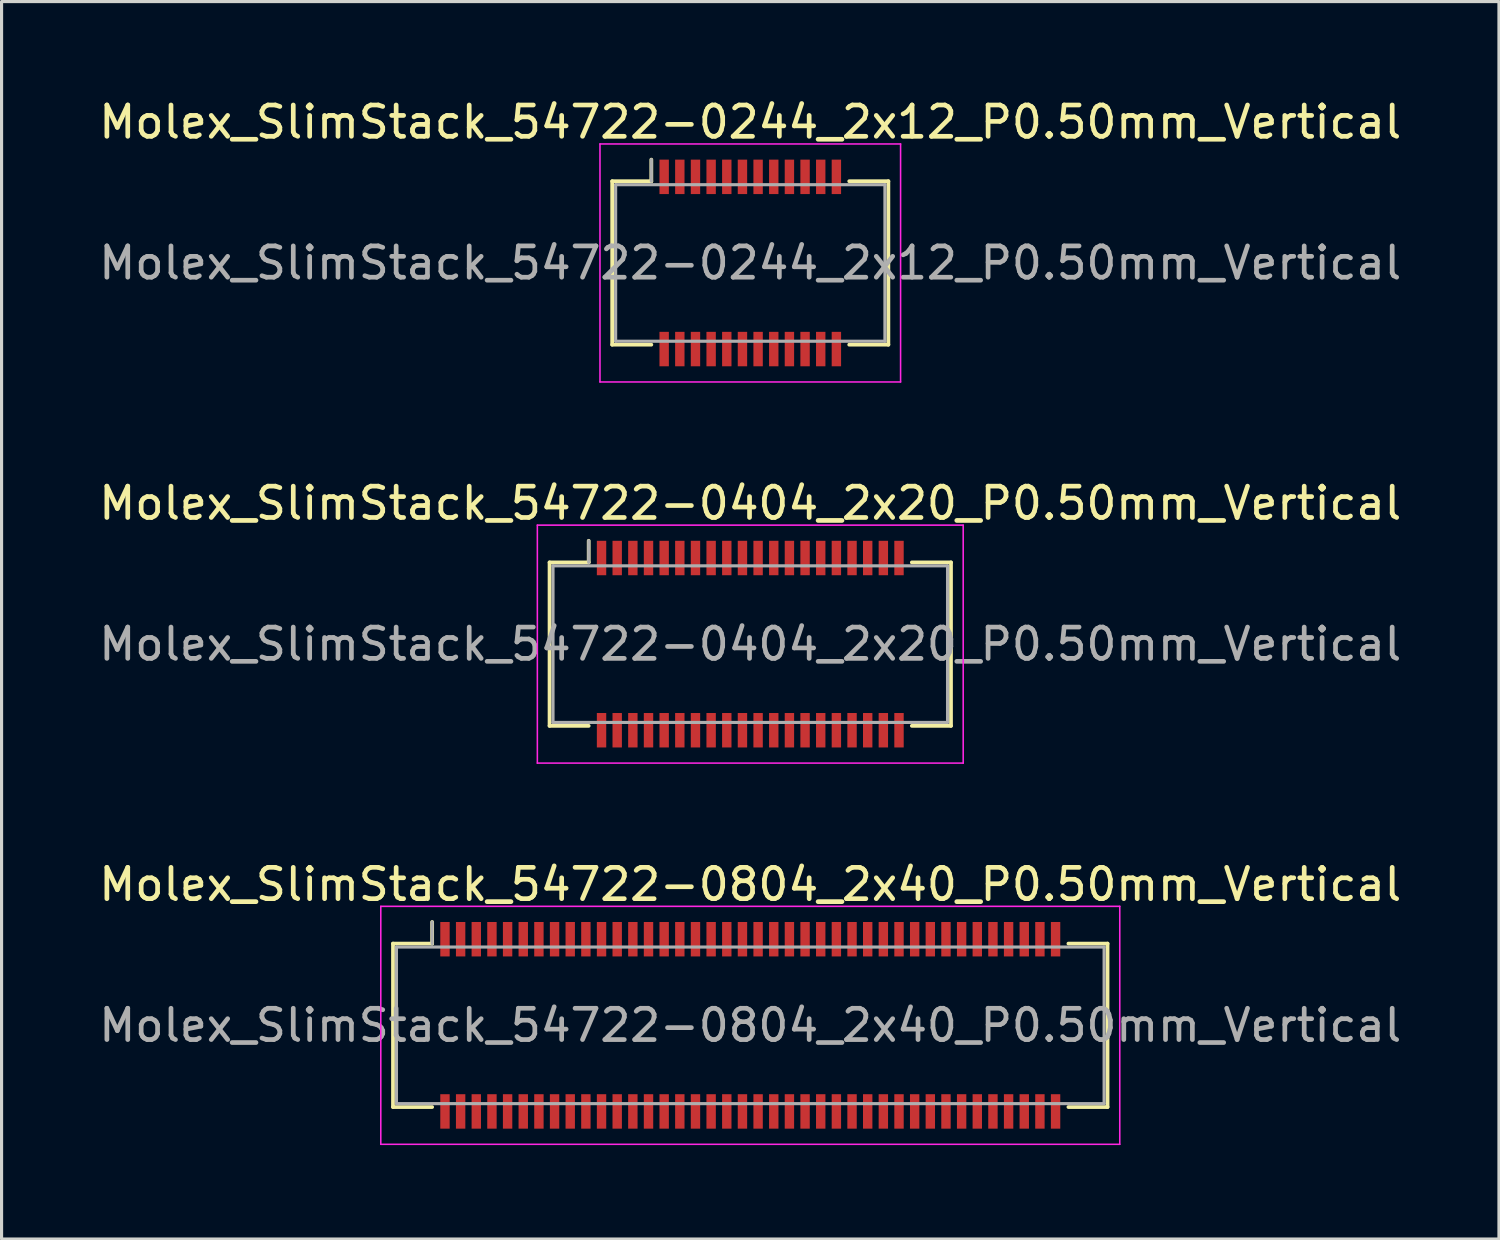
<source format=kicad_pcb>
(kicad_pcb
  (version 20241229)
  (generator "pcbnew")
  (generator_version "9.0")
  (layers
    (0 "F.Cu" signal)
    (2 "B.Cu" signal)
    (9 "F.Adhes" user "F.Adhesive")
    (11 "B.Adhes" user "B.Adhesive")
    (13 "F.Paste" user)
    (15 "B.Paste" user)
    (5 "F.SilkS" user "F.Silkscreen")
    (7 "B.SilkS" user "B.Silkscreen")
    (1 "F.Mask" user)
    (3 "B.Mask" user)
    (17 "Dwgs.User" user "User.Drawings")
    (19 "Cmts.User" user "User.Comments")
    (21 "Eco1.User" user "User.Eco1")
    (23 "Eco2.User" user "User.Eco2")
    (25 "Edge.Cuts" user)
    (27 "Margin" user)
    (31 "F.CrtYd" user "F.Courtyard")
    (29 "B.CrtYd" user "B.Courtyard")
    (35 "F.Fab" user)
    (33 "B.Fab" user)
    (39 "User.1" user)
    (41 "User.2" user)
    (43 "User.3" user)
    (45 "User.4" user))
  (footprint "Molex_SlimStack_54722-0804_2x40_P0.50mm_Vertical"
    (layer "F.Cu")
    (at 20.911 29.695)
    (property "Reference" "Molex_SlimStack_54722-0804_2x40_P0.50mm_Vertical" (at 0 -4.5 0) (layer "F.SilkS") (effects (font (size 1 1) (thickness 0.15))))
    (attr smd)
    (fp_line (start -11.41 -2.61) (end -10.16 -2.61) (stroke (width 0.12) (type solid)) (layer "F.SilkS"))
    (fp_line (start -11.41 2.61) (end -11.41 -2.61) (stroke (width 0.12) (type solid)) (layer "F.SilkS"))
    (fp_line (start -10.16 -2.61) (end -10.16 -3.3) (stroke (width 0.12) (type solid)) (layer "F.SilkS"))
    (fp_line (start -10.16 2.61) (end -11.41 2.61) (stroke (width 0.12) (type solid)) (layer "F.SilkS"))
    (fp_line (start 10.16 2.61) (end 11.41 2.61) (stroke (width 0.12) (type solid)) (layer "F.SilkS"))
    (fp_line (start 11.41 -2.61) (end 10.16 -2.61) (stroke (width 0.12) (type solid)) (layer "F.SilkS"))
    (fp_line (start 11.41 2.61) (end 11.41 -2.61) (stroke (width 0.12) (type solid)) (layer "F.SilkS"))
    (fp_line (start -11.8 -3.8) (end -11.8 3.8) (stroke (width 0.05) (type solid)) (layer "F.CrtYd"))
    (fp_line (start -11.8 3.8) (end 11.8 3.8) (stroke (width 0.05) (type solid)) (layer "F.CrtYd"))
    (fp_line (start 11.8 -3.8) (end -11.8 -3.8) (stroke (width 0.05) (type solid)) (layer "F.CrtYd"))
    (fp_line (start 11.8 3.8) (end 11.8 -3.8) (stroke (width 0.05) (type solid)) (layer "F.CrtYd"))
    (fp_line (start -11.3 -2.5) (end -11.3 2.5) (stroke (width 0.1) (type solid)) (layer "F.Fab"))
    (fp_line (start -11.3 2.5) (end 11.3 2.5) (stroke (width 0.1) (type solid)) (layer "F.Fab"))
    (fp_line (start -10.16 -2.61) (end -10.16 -3.3) (stroke (width 0.1) (type solid)) (layer "F.Fab"))
    (fp_line (start 11.3 -2.5) (end -11.3 -2.5) (stroke (width 0.1) (type solid)) (layer "F.Fab"))
    (fp_line (start 11.3 2.5) (end 11.3 -2.5) (stroke (width 0.1) (type solid)) (layer "F.Fab"))
    (fp_text user "${REFERENCE}" (at 0 0 0) (layer "F.Fab") (effects (font (size 1 1) (thickness 0.15))))
    (pad "1" smd rect (at -9.75 -2.75) (size 0.3 1.1) (layers "F.Cu" "F.Mask" "F.Paste"))
    (pad "2" smd rect (at -9.75 2.75) (size 0.3 1.1) (layers "F.Cu" "F.Mask" "F.Paste"))
    (pad "3" smd rect (at -9.25 -2.75) (size 0.3 1.1) (layers "F.Cu" "F.Mask" "F.Paste"))
    (pad "4" smd rect (at -9.25 2.75) (size 0.3 1.1) (layers "F.Cu" "F.Mask" "F.Paste"))
    (pad "5" smd rect (at -8.75 -2.75) (size 0.3 1.1) (layers "F.Cu" "F.Mask" "F.Paste"))
    (pad "6" smd rect (at -8.75 2.75) (size 0.3 1.1) (layers "F.Cu" "F.Mask" "F.Paste"))
    (pad "7" smd rect (at -8.25 -2.75) (size 0.3 1.1) (layers "F.Cu" "F.Mask" "F.Paste"))
    (pad "8" smd rect (at -8.25 2.75) (size 0.3 1.1) (layers "F.Cu" "F.Mask" "F.Paste"))
    (pad "9" smd rect (at -7.75 -2.75) (size 0.3 1.1) (layers "F.Cu" "F.Mask" "F.Paste"))
    (pad "10" smd rect (at -7.75 2.75) (size 0.3 1.1) (layers "F.Cu" "F.Mask" "F.Paste"))
    (pad "11" smd rect (at -7.25 -2.75) (size 0.3 1.1) (layers "F.Cu" "F.Mask" "F.Paste"))
    (pad "12" smd rect (at -7.25 2.75) (size 0.3 1.1) (layers "F.Cu" "F.Mask" "F.Paste"))
    (pad "13" smd rect (at -6.75 -2.75) (size 0.3 1.1) (layers "F.Cu" "F.Mask" "F.Paste"))
    (pad "14" smd rect (at -6.75 2.75) (size 0.3 1.1) (layers "F.Cu" "F.Mask" "F.Paste"))
    (pad "15" smd rect (at -6.25 -2.75) (size 0.3 1.1) (layers "F.Cu" "F.Mask" "F.Paste"))
    (pad "16" smd rect (at -6.25 2.75) (size 0.3 1.1) (layers "F.Cu" "F.Mask" "F.Paste"))
    (pad "17" smd rect (at -5.75 -2.75) (size 0.3 1.1) (layers "F.Cu" "F.Mask" "F.Paste"))
    (pad "18" smd rect (at -5.75 2.75) (size 0.3 1.1) (layers "F.Cu" "F.Mask" "F.Paste"))
    (pad "19" smd rect (at -5.25 -2.75) (size 0.3 1.1) (layers "F.Cu" "F.Mask" "F.Paste"))
    (pad "20" smd rect (at -5.25 2.75) (size 0.3 1.1) (layers "F.Cu" "F.Mask" "F.Paste"))
    (pad "21" smd rect (at -4.75 -2.75) (size 0.3 1.1) (layers "F.Cu" "F.Mask" "F.Paste"))
    (pad "22" smd rect (at -4.75 2.75) (size 0.3 1.1) (layers "F.Cu" "F.Mask" "F.Paste"))
    (pad "23" smd rect (at -4.25 -2.75) (size 0.3 1.1) (layers "F.Cu" "F.Mask" "F.Paste"))
    (pad "24" smd rect (at -4.25 2.75) (size 0.3 1.1) (layers "F.Cu" "F.Mask" "F.Paste"))
    (pad "25" smd rect (at -3.75 -2.75) (size 0.3 1.1) (layers "F.Cu" "F.Mask" "F.Paste"))
    (pad "26" smd rect (at -3.75 2.75) (size 0.3 1.1) (layers "F.Cu" "F.Mask" "F.Paste"))
    (pad "27" smd rect (at -3.25 -2.75) (size 0.3 1.1) (layers "F.Cu" "F.Mask" "F.Paste"))
    (pad "28" smd rect (at -3.25 2.75) (size 0.3 1.1) (layers "F.Cu" "F.Mask" "F.Paste"))
    (pad "29" smd rect (at -2.75 -2.75) (size 0.3 1.1) (layers "F.Cu" "F.Mask" "F.Paste"))
    (pad "30" smd rect (at -2.75 2.75) (size 0.3 1.1) (layers "F.Cu" "F.Mask" "F.Paste"))
    (pad "31" smd rect (at -2.25 -2.75) (size 0.3 1.1) (layers "F.Cu" "F.Mask" "F.Paste"))
    (pad "32" smd rect (at -2.25 2.75) (size 0.3 1.1) (layers "F.Cu" "F.Mask" "F.Paste"))
    (pad "33" smd rect (at -1.75 -2.75) (size 0.3 1.1) (layers "F.Cu" "F.Mask" "F.Paste"))
    (pad "34" smd rect (at -1.75 2.75) (size 0.3 1.1) (layers "F.Cu" "F.Mask" "F.Paste"))
    (pad "35" smd rect (at -1.25 -2.75) (size 0.3 1.1) (layers "F.Cu" "F.Mask" "F.Paste"))
    (pad "36" smd rect (at -1.25 2.75) (size 0.3 1.1) (layers "F.Cu" "F.Mask" "F.Paste"))
    (pad "37" smd rect (at -0.75 -2.75) (size 0.3 1.1) (layers "F.Cu" "F.Mask" "F.Paste"))
    (pad "38" smd rect (at -0.75 2.75) (size 0.3 1.1) (layers "F.Cu" "F.Mask" "F.Paste"))
    (pad "39" smd rect (at -0.25 -2.75) (size 0.3 1.1) (layers "F.Cu" "F.Mask" "F.Paste"))
    (pad "40" smd rect (at -0.25 2.75) (size 0.3 1.1) (layers "F.Cu" "F.Mask" "F.Paste"))
    (pad "41" smd rect (at 0.25 -2.75) (size 0.3 1.1) (layers "F.Cu" "F.Mask" "F.Paste"))
    (pad "42" smd rect (at 0.25 2.75) (size 0.3 1.1) (layers "F.Cu" "F.Mask" "F.Paste"))
    (pad "43" smd rect (at 0.75 -2.75) (size 0.3 1.1) (layers "F.Cu" "F.Mask" "F.Paste"))
    (pad "44" smd rect (at 0.75 2.75) (size 0.3 1.1) (layers "F.Cu" "F.Mask" "F.Paste"))
    (pad "45" smd rect (at 1.25 -2.75) (size 0.3 1.1) (layers "F.Cu" "F.Mask" "F.Paste"))
    (pad "46" smd rect (at 1.25 2.75) (size 0.3 1.1) (layers "F.Cu" "F.Mask" "F.Paste"))
    (pad "47" smd rect (at 1.75 -2.75) (size 0.3 1.1) (layers "F.Cu" "F.Mask" "F.Paste"))
    (pad "48" smd rect (at 1.75 2.75) (size 0.3 1.1) (layers "F.Cu" "F.Mask" "F.Paste"))
    (pad "49" smd rect (at 2.25 -2.75) (size 0.3 1.1) (layers "F.Cu" "F.Mask" "F.Paste"))
    (pad "50" smd rect (at 2.25 2.75) (size 0.3 1.1) (layers "F.Cu" "F.Mask" "F.Paste"))
    (pad "51" smd rect (at 2.75 -2.75) (size 0.3 1.1) (layers "F.Cu" "F.Mask" "F.Paste"))
    (pad "52" smd rect (at 2.75 2.75) (size 0.3 1.1) (layers "F.Cu" "F.Mask" "F.Paste"))
    (pad "53" smd rect (at 3.25 -2.75) (size 0.3 1.1) (layers "F.Cu" "F.Mask" "F.Paste"))
    (pad "54" smd rect (at 3.25 2.75) (size 0.3 1.1) (layers "F.Cu" "F.Mask" "F.Paste"))
    (pad "55" smd rect (at 3.75 -2.75) (size 0.3 1.1) (layers "F.Cu" "F.Mask" "F.Paste"))
    (pad "56" smd rect (at 3.75 2.75) (size 0.3 1.1) (layers "F.Cu" "F.Mask" "F.Paste"))
    (pad "57" smd rect (at 4.25 -2.75) (size 0.3 1.1) (layers "F.Cu" "F.Mask" "F.Paste"))
    (pad "58" smd rect (at 4.25 2.75) (size 0.3 1.1) (layers "F.Cu" "F.Mask" "F.Paste"))
    (pad "59" smd rect (at 4.75 -2.75) (size 0.3 1.1) (layers "F.Cu" "F.Mask" "F.Paste"))
    (pad "60" smd rect (at 4.75 2.75) (size 0.3 1.1) (layers "F.Cu" "F.Mask" "F.Paste"))
    (pad "61" smd rect (at 5.25 -2.75) (size 0.3 1.1) (layers "F.Cu" "F.Mask" "F.Paste"))
    (pad "62" smd rect (at 5.25 2.75) (size 0.3 1.1) (layers "F.Cu" "F.Mask" "F.Paste"))
    (pad "63" smd rect (at 5.75 -2.75) (size 0.3 1.1) (layers "F.Cu" "F.Mask" "F.Paste"))
    (pad "64" smd rect (at 5.75 2.75) (size 0.3 1.1) (layers "F.Cu" "F.Mask" "F.Paste"))
    (pad "65" smd rect (at 6.25 -2.75) (size 0.3 1.1) (layers "F.Cu" "F.Mask" "F.Paste"))
    (pad "66" smd rect (at 6.25 2.75) (size 0.3 1.1) (layers "F.Cu" "F.Mask" "F.Paste"))
    (pad "67" smd rect (at 6.75 -2.75) (size 0.3 1.1) (layers "F.Cu" "F.Mask" "F.Paste"))
    (pad "68" smd rect (at 6.75 2.75) (size 0.3 1.1) (layers "F.Cu" "F.Mask" "F.Paste"))
    (pad "69" smd rect (at 7.25 -2.75) (size 0.3 1.1) (layers "F.Cu" "F.Mask" "F.Paste"))
    (pad "70" smd rect (at 7.25 2.75) (size 0.3 1.1) (layers "F.Cu" "F.Mask" "F.Paste"))
    (pad "71" smd rect (at 7.75 -2.75) (size 0.3 1.1) (layers "F.Cu" "F.Mask" "F.Paste"))
    (pad "72" smd rect (at 7.75 2.75) (size 0.3 1.1) (layers "F.Cu" "F.Mask" "F.Paste"))
    (pad "73" smd rect (at 8.25 -2.75) (size 0.3 1.1) (layers "F.Cu" "F.Mask" "F.Paste"))
    (pad "74" smd rect (at 8.25 2.75) (size 0.3 1.1) (layers "F.Cu" "F.Mask" "F.Paste"))
    (pad "75" smd rect (at 8.75 -2.75) (size 0.3 1.1) (layers "F.Cu" "F.Mask" "F.Paste"))
    (pad "76" smd rect (at 8.75 2.75) (size 0.3 1.1) (layers "F.Cu" "F.Mask" "F.Paste"))
    (pad "77" smd rect (at 9.25 -2.75) (size 0.3 1.1) (layers "F.Cu" "F.Mask" "F.Paste"))
    (pad "78" smd rect (at 9.25 2.75) (size 0.3 1.1) (layers "F.Cu" "F.Mask" "F.Paste"))
    (pad "79" smd rect (at 9.75 -2.75) (size 0.3 1.1) (layers "F.Cu" "F.Mask" "F.Paste"))
    (pad "80" smd rect (at 9.75 2.75) (size 0.3 1.1) (layers "F.Cu" "F.Mask" "F.Paste")))
  (footprint "Molex_SlimStack_54722-0244_2x12_P0.50mm_Vertical"
    (layer "F.Cu")
    (at 20.911 5.348)
    (property "Reference" "Molex_SlimStack_54722-0244_2x12_P0.50mm_Vertical" (at 0 -4.5 0) (layer "F.SilkS") (effects (font (size 1 1) (thickness 0.15))))
    (attr smd)
    (fp_line (start -4.41 -2.61) (end -3.16 -2.61) (stroke (width 0.12) (type solid)) (layer "F.SilkS"))
    (fp_line (start -4.41 2.61) (end -4.41 -2.61) (stroke (width 0.12) (type solid)) (layer "F.SilkS"))
    (fp_line (start -3.16 -2.61) (end -3.16 -3.3) (stroke (width 0.12) (type solid)) (layer "F.SilkS"))
    (fp_line (start -3.16 2.61) (end -4.41 2.61) (stroke (width 0.12) (type solid)) (layer "F.SilkS"))
    (fp_line (start 3.16 2.61) (end 4.41 2.61) (stroke (width 0.12) (type solid)) (layer "F.SilkS"))
    (fp_line (start 4.41 -2.61) (end 3.16 -2.61) (stroke (width 0.12) (type solid)) (layer "F.SilkS"))
    (fp_line (start 4.41 2.61) (end 4.41 -2.61) (stroke (width 0.12) (type solid)) (layer "F.SilkS"))
    (fp_line (start -4.8 -3.8) (end -4.8 3.8) (stroke (width 0.05) (type solid)) (layer "F.CrtYd"))
    (fp_line (start -4.8 3.8) (end 4.8 3.8) (stroke (width 0.05) (type solid)) (layer "F.CrtYd"))
    (fp_line (start 4.8 -3.8) (end -4.8 -3.8) (stroke (width 0.05) (type solid)) (layer "F.CrtYd"))
    (fp_line (start 4.8 3.8) (end 4.8 -3.8) (stroke (width 0.05) (type solid)) (layer "F.CrtYd"))
    (fp_line (start -4.3 -2.5) (end -4.3 2.5) (stroke (width 0.1) (type solid)) (layer "F.Fab"))
    (fp_line (start -4.3 2.5) (end 4.3 2.5) (stroke (width 0.1) (type solid)) (layer "F.Fab"))
    (fp_line (start -3.16 -2.61) (end -3.16 -3.3) (stroke (width 0.1) (type solid)) (layer "F.Fab"))
    (fp_line (start 4.3 -2.5) (end -4.3 -2.5) (stroke (width 0.1) (type solid)) (layer "F.Fab"))
    (fp_line (start 4.3 2.5) (end 4.3 -2.5) (stroke (width 0.1) (type solid)) (layer "F.Fab"))
    (fp_text user "${REFERENCE}" (at 0 0 0) (layer "F.Fab") (effects (font (size 1 1) (thickness 0.15))))
    (pad "1" smd rect (at -2.75 -2.75) (size 0.3 1.1) (layers "F.Cu" "F.Mask" "F.Paste"))
    (pad "2" smd rect (at -2.75 2.75) (size 0.3 1.1) (layers "F.Cu" "F.Mask" "F.Paste"))
    (pad "3" smd rect (at -2.25 -2.75) (size 0.3 1.1) (layers "F.Cu" "F.Mask" "F.Paste"))
    (pad "4" smd rect (at -2.25 2.75) (size 0.3 1.1) (layers "F.Cu" "F.Mask" "F.Paste"))
    (pad "5" smd rect (at -1.75 -2.75) (size 0.3 1.1) (layers "F.Cu" "F.Mask" "F.Paste"))
    (pad "6" smd rect (at -1.75 2.75) (size 0.3 1.1) (layers "F.Cu" "F.Mask" "F.Paste"))
    (pad "7" smd rect (at -1.25 -2.75) (size 0.3 1.1) (layers "F.Cu" "F.Mask" "F.Paste"))
    (pad "8" smd rect (at -1.25 2.75) (size 0.3 1.1) (layers "F.Cu" "F.Mask" "F.Paste"))
    (pad "9" smd rect (at -0.75 -2.75) (size 0.3 1.1) (layers "F.Cu" "F.Mask" "F.Paste"))
    (pad "10" smd rect (at -0.75 2.75) (size 0.3 1.1) (layers "F.Cu" "F.Mask" "F.Paste"))
    (pad "11" smd rect (at -0.25 -2.75) (size 0.3 1.1) (layers "F.Cu" "F.Mask" "F.Paste"))
    (pad "12" smd rect (at -0.25 2.75) (size 0.3 1.1) (layers "F.Cu" "F.Mask" "F.Paste"))
    (pad "13" smd rect (at 0.25 -2.75) (size 0.3 1.1) (layers "F.Cu" "F.Mask" "F.Paste"))
    (pad "14" smd rect (at 0.25 2.75) (size 0.3 1.1) (layers "F.Cu" "F.Mask" "F.Paste"))
    (pad "15" smd rect (at 0.75 -2.75) (size 0.3 1.1) (layers "F.Cu" "F.Mask" "F.Paste"))
    (pad "16" smd rect (at 0.75 2.75) (size 0.3 1.1) (layers "F.Cu" "F.Mask" "F.Paste"))
    (pad "17" smd rect (at 1.25 -2.75) (size 0.3 1.1) (layers "F.Cu" "F.Mask" "F.Paste"))
    (pad "18" smd rect (at 1.25 2.75) (size 0.3 1.1) (layers "F.Cu" "F.Mask" "F.Paste"))
    (pad "19" smd rect (at 1.75 -2.75) (size 0.3 1.1) (layers "F.Cu" "F.Mask" "F.Paste"))
    (pad "20" smd rect (at 1.75 2.75) (size 0.3 1.1) (layers "F.Cu" "F.Mask" "F.Paste"))
    (pad "21" smd rect (at 2.25 -2.75) (size 0.3 1.1) (layers "F.Cu" "F.Mask" "F.Paste"))
    (pad "22" smd rect (at 2.25 2.75) (size 0.3 1.1) (layers "F.Cu" "F.Mask" "F.Paste"))
    (pad "23" smd rect (at 2.75 -2.75) (size 0.3 1.1) (layers "F.Cu" "F.Mask" "F.Paste"))
    (pad "24" smd rect (at 2.75 2.75) (size 0.3 1.1) (layers "F.Cu" "F.Mask" "F.Paste")))
  (footprint "Molex_SlimStack_54722-0404_2x20_P0.50mm_Vertical"
    (layer "F.Cu")
    (at 20.911 17.521)
    (property "Reference" "Molex_SlimStack_54722-0404_2x20_P0.50mm_Vertical" (at 0 -4.5 0) (layer "F.SilkS") (effects (font (size 1 1) (thickness 0.15))))
    (attr smd)
    (fp_line (start -6.41 -2.61) (end -5.16 -2.61) (stroke (width 0.12) (type solid)) (layer "F.SilkS"))
    (fp_line (start -6.41 2.61) (end -6.41 -2.61) (stroke (width 0.12) (type solid)) (layer "F.SilkS"))
    (fp_line (start -5.16 -2.61) (end -5.16 -3.3) (stroke (width 0.12) (type solid)) (layer "F.SilkS"))
    (fp_line (start -5.16 2.61) (end -6.41 2.61) (stroke (width 0.12) (type solid)) (layer "F.SilkS"))
    (fp_line (start 5.16 2.61) (end 6.41 2.61) (stroke (width 0.12) (type solid)) (layer "F.SilkS"))
    (fp_line (start 6.41 -2.61) (end 5.16 -2.61) (stroke (width 0.12) (type solid)) (layer "F.SilkS"))
    (fp_line (start 6.41 2.61) (end 6.41 -2.61) (stroke (width 0.12) (type solid)) (layer "F.SilkS"))
    (fp_line (start -6.8 -3.8) (end -6.8 3.8) (stroke (width 0.05) (type solid)) (layer "F.CrtYd"))
    (fp_line (start -6.8 3.8) (end 6.8 3.8) (stroke (width 0.05) (type solid)) (layer "F.CrtYd"))
    (fp_line (start 6.8 -3.8) (end -6.8 -3.8) (stroke (width 0.05) (type solid)) (layer "F.CrtYd"))
    (fp_line (start 6.8 3.8) (end 6.8 -3.8) (stroke (width 0.05) (type solid)) (layer "F.CrtYd"))
    (fp_line (start -6.3 -2.5) (end -6.3 2.5) (stroke (width 0.1) (type solid)) (layer "F.Fab"))
    (fp_line (start -6.3 2.5) (end 6.3 2.5) (stroke (width 0.1) (type solid)) (layer "F.Fab"))
    (fp_line (start -5.16 -2.61) (end -5.16 -3.3) (stroke (width 0.1) (type solid)) (layer "F.Fab"))
    (fp_line (start 6.3 -2.5) (end -6.3 -2.5) (stroke (width 0.1) (type solid)) (layer "F.Fab"))
    (fp_line (start 6.3 2.5) (end 6.3 -2.5) (stroke (width 0.1) (type solid)) (layer "F.Fab"))
    (fp_text user "${REFERENCE}" (at 0 0 0) (layer "F.Fab") (effects (font (size 1 1) (thickness 0.15))))
    (pad "1" smd rect (at -4.75 -2.75) (size 0.3 1.1) (layers "F.Cu" "F.Mask" "F.Paste"))
    (pad "2" smd rect (at -4.75 2.75) (size 0.3 1.1) (layers "F.Cu" "F.Mask" "F.Paste"))
    (pad "3" smd rect (at -4.25 -2.75) (size 0.3 1.1) (layers "F.Cu" "F.Mask" "F.Paste"))
    (pad "4" smd rect (at -4.25 2.75) (size 0.3 1.1) (layers "F.Cu" "F.Mask" "F.Paste"))
    (pad "5" smd rect (at -3.75 -2.75) (size 0.3 1.1) (layers "F.Cu" "F.Mask" "F.Paste"))
    (pad "6" smd rect (at -3.75 2.75) (size 0.3 1.1) (layers "F.Cu" "F.Mask" "F.Paste"))
    (pad "7" smd rect (at -3.25 -2.75) (size 0.3 1.1) (layers "F.Cu" "F.Mask" "F.Paste"))
    (pad "8" smd rect (at -3.25 2.75) (size 0.3 1.1) (layers "F.Cu" "F.Mask" "F.Paste"))
    (pad "9" smd rect (at -2.75 -2.75) (size 0.3 1.1) (layers "F.Cu" "F.Mask" "F.Paste"))
    (pad "10" smd rect (at -2.75 2.75) (size 0.3 1.1) (layers "F.Cu" "F.Mask" "F.Paste"))
    (pad "11" smd rect (at -2.25 -2.75) (size 0.3 1.1) (layers "F.Cu" "F.Mask" "F.Paste"))
    (pad "12" smd rect (at -2.25 2.75) (size 0.3 1.1) (layers "F.Cu" "F.Mask" "F.Paste"))
    (pad "13" smd rect (at -1.75 -2.75) (size 0.3 1.1) (layers "F.Cu" "F.Mask" "F.Paste"))
    (pad "14" smd rect (at -1.75 2.75) (size 0.3 1.1) (layers "F.Cu" "F.Mask" "F.Paste"))
    (pad "15" smd rect (at -1.25 -2.75) (size 0.3 1.1) (layers "F.Cu" "F.Mask" "F.Paste"))
    (pad "16" smd rect (at -1.25 2.75) (size 0.3 1.1) (layers "F.Cu" "F.Mask" "F.Paste"))
    (pad "17" smd rect (at -0.75 -2.75) (size 0.3 1.1) (layers "F.Cu" "F.Mask" "F.Paste"))
    (pad "18" smd rect (at -0.75 2.75) (size 0.3 1.1) (layers "F.Cu" "F.Mask" "F.Paste"))
    (pad "19" smd rect (at -0.25 -2.75) (size 0.3 1.1) (layers "F.Cu" "F.Mask" "F.Paste"))
    (pad "20" smd rect (at -0.25 2.75) (size 0.3 1.1) (layers "F.Cu" "F.Mask" "F.Paste"))
    (pad "21" smd rect (at 0.25 -2.75) (size 0.3 1.1) (layers "F.Cu" "F.Mask" "F.Paste"))
    (pad "22" smd rect (at 0.25 2.75) (size 0.3 1.1) (layers "F.Cu" "F.Mask" "F.Paste"))
    (pad "23" smd rect (at 0.75 -2.75) (size 0.3 1.1) (layers "F.Cu" "F.Mask" "F.Paste"))
    (pad "24" smd rect (at 0.75 2.75) (size 0.3 1.1) (layers "F.Cu" "F.Mask" "F.Paste"))
    (pad "25" smd rect (at 1.25 -2.75) (size 0.3 1.1) (layers "F.Cu" "F.Mask" "F.Paste"))
    (pad "26" smd rect (at 1.25 2.75) (size 0.3 1.1) (layers "F.Cu" "F.Mask" "F.Paste"))
    (pad "27" smd rect (at 1.75 -2.75) (size 0.3 1.1) (layers "F.Cu" "F.Mask" "F.Paste"))
    (pad "28" smd rect (at 1.75 2.75) (size 0.3 1.1) (layers "F.Cu" "F.Mask" "F.Paste"))
    (pad "29" smd rect (at 2.25 -2.75) (size 0.3 1.1) (layers "F.Cu" "F.Mask" "F.Paste"))
    (pad "30" smd rect (at 2.25 2.75) (size 0.3 1.1) (layers "F.Cu" "F.Mask" "F.Paste"))
    (pad "31" smd rect (at 2.75 -2.75) (size 0.3 1.1) (layers "F.Cu" "F.Mask" "F.Paste"))
    (pad "32" smd rect (at 2.75 2.75) (size 0.3 1.1) (layers "F.Cu" "F.Mask" "F.Paste"))
    (pad "33" smd rect (at 3.25 -2.75) (size 0.3 1.1) (layers "F.Cu" "F.Mask" "F.Paste"))
    (pad "34" smd rect (at 3.25 2.75) (size 0.3 1.1) (layers "F.Cu" "F.Mask" "F.Paste"))
    (pad "35" smd rect (at 3.75 -2.75) (size 0.3 1.1) (layers "F.Cu" "F.Mask" "F.Paste"))
    (pad "36" smd rect (at 3.75 2.75) (size 0.3 1.1) (layers "F.Cu" "F.Mask" "F.Paste"))
    (pad "37" smd rect (at 4.25 -2.75) (size 0.3 1.1) (layers "F.Cu" "F.Mask" "F.Paste"))
    (pad "38" smd rect (at 4.25 2.75) (size 0.3 1.1) (layers "F.Cu" "F.Mask" "F.Paste"))
    (pad "39" smd rect (at 4.75 -2.75) (size 0.3 1.1) (layers "F.Cu" "F.Mask" "F.Paste"))
    (pad "40" smd rect (at 4.75 2.75) (size 0.3 1.1) (layers "F.Cu" "F.Mask" "F.Paste")))
  (gr_rect
    (start -3 -3)
    (end 44.821 36.52)
    (stroke (width 0.1) (type default))
    (fill no)
    (layer "Edge.Cuts")))
</source>
